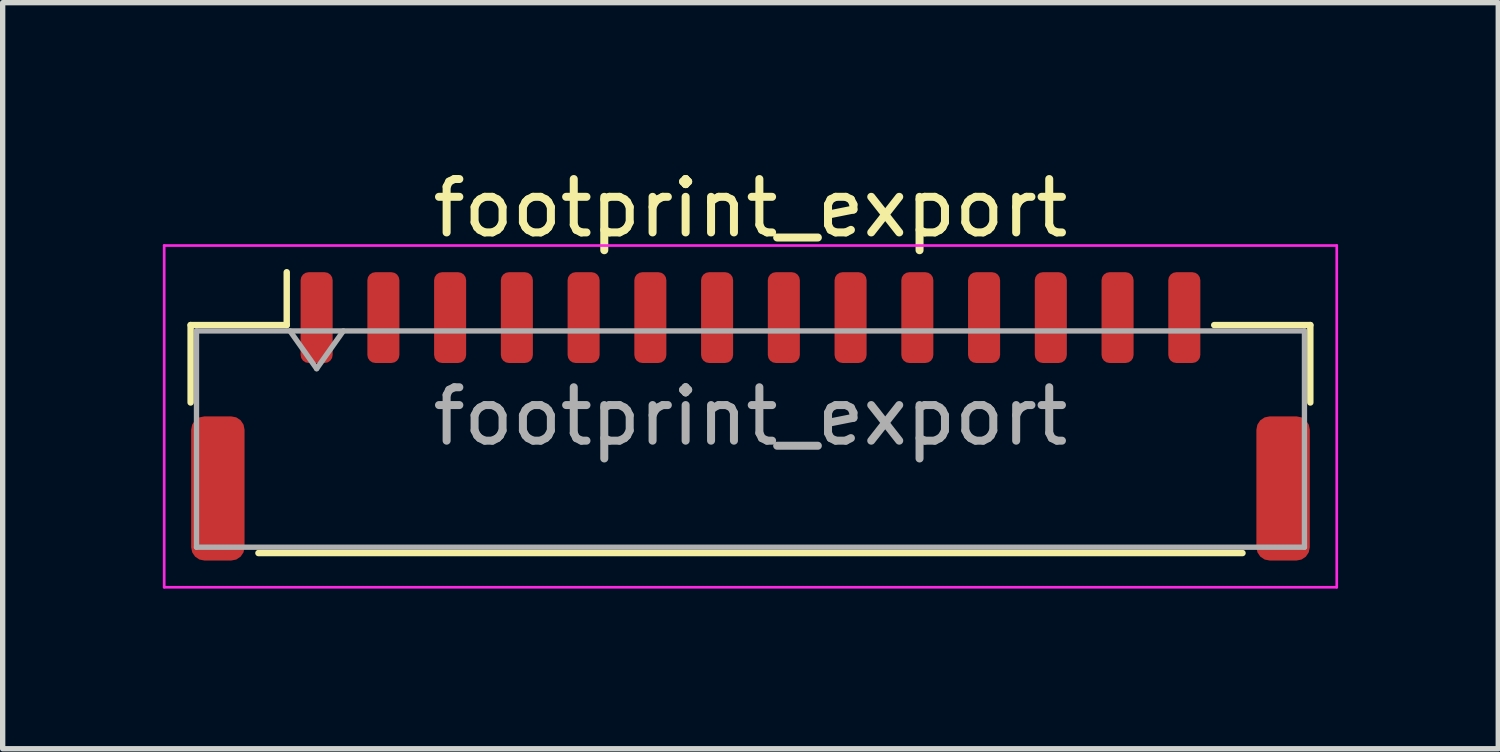
<source format=kicad_pcb>
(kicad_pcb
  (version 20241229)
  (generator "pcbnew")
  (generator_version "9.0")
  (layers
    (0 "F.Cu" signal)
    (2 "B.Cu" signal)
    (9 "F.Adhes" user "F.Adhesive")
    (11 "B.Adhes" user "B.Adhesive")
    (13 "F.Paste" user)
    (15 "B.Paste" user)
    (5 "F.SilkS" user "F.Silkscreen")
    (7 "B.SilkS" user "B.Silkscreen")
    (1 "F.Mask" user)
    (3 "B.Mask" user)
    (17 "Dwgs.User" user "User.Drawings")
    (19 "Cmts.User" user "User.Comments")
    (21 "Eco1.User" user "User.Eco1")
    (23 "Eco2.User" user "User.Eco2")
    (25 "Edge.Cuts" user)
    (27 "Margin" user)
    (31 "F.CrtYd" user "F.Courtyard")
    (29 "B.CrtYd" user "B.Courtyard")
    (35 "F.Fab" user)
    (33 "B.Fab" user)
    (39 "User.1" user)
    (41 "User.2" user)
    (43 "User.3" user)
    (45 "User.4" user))
  (footprint "footprint_export"
    (layer "F.Cu")
    (at 11.005 4.748)
    (property "Reference" "footprint_export" (at 0 -3.9 0) (layer "F.SilkS") (effects (font (size 1 1) (thickness 0.15))))
    (attr smd)
    (fp_line (start -10.485 -1.71) (end -8.685 -1.71) (stroke (width 0.12) (type solid)) (layer "F.SilkS"))
    (fp_line (start -10.485 -0.26) (end -10.485 -1.71) (stroke (width 0.12) (type solid)) (layer "F.SilkS"))
    (fp_line (start -9.215 2.56) (end 9.215 2.56) (stroke (width 0.12) (type solid)) (layer "F.SilkS"))
    (fp_line (start -8.685 -1.71) (end -8.685 -2.7) (stroke (width 0.12) (type solid)) (layer "F.SilkS"))
    (fp_line (start 10.485 -1.71) (end 8.685 -1.71) (stroke (width 0.12) (type solid)) (layer "F.SilkS"))
    (fp_line (start 10.485 -0.26) (end 10.485 -1.71) (stroke (width 0.12) (type solid)) (layer "F.SilkS"))
    (fp_line (start -10.98 -3.2) (end -10.98 3.2) (stroke (width 0.05) (type solid)) (layer "F.CrtYd"))
    (fp_line (start -10.98 3.2) (end 10.98 3.2) (stroke (width 0.05) (type solid)) (layer "F.CrtYd"))
    (fp_line (start 10.98 -3.2) (end -10.98 -3.2) (stroke (width 0.05) (type solid)) (layer "F.CrtYd"))
    (fp_line (start 10.98 3.2) (end 10.98 -3.2) (stroke (width 0.05) (type solid)) (layer "F.CrtYd"))
    (fp_line (start -10.375 -1.6) (end -10.375 2.45) (stroke (width 0.1) (type solid)) (layer "F.Fab"))
    (fp_line (start -10.375 -1.6) (end 10.375 -1.6) (stroke (width 0.1) (type solid)) (layer "F.Fab"))
    (fp_line (start -10.375 2.45) (end 10.375 2.45) (stroke (width 0.1) (type solid)) (layer "F.Fab"))
    (fp_line (start -8.625 -1.6) (end -8.125 -0.893) (stroke (width 0.1) (type solid)) (layer "F.Fab"))
    (fp_line (start -8.125 -0.893) (end -7.625 -1.6) (stroke (width 0.1) (type solid)) (layer "F.Fab"))
    (fp_line (start 10.375 -1.6) (end 10.375 2.45) (stroke (width 0.1) (type solid)) (layer "F.Fab"))
    (fp_text user "${REFERENCE}" (at 0 0 0) (layer "F.Fab") (effects (font (size 1 1) (thickness 0.15))))
    (pad "1" smd roundrect (at -8.125 -1.85) (size 0.6 1.7) (layers "F.Cu" "F.Mask" "F.Paste") (roundrect_rratio 0.25))
    (pad "2" smd roundrect (at -6.875 -1.85) (size 0.6 1.7) (layers "F.Cu" "F.Mask" "F.Paste") (roundrect_rratio 0.25))
    (pad "3" smd roundrect (at -5.625 -1.85) (size 0.6 1.7) (layers "F.Cu" "F.Mask" "F.Paste") (roundrect_rratio 0.25))
    (pad "4" smd roundrect (at -4.375 -1.85) (size 0.6 1.7) (layers "F.Cu" "F.Mask" "F.Paste") (roundrect_rratio 0.25))
    (pad "5" smd roundrect (at -3.125 -1.85) (size 0.6 1.7) (layers "F.Cu" "F.Mask" "F.Paste") (roundrect_rratio 0.25))
    (pad "6" smd roundrect (at -1.875 -1.85) (size 0.6 1.7) (layers "F.Cu" "F.Mask" "F.Paste") (roundrect_rratio 0.25))
    (pad "7" smd roundrect (at -0.625 -1.85) (size 0.6 1.7) (layers "F.Cu" "F.Mask" "F.Paste") (roundrect_rratio 0.25))
    (pad "8" smd roundrect (at 0.625 -1.85) (size 0.6 1.7) (layers "F.Cu" "F.Mask" "F.Paste") (roundrect_rratio 0.25))
    (pad "9" smd roundrect (at 1.875 -1.85) (size 0.6 1.7) (layers "F.Cu" "F.Mask" "F.Paste") (roundrect_rratio 0.25))
    (pad "10" smd roundrect (at 3.125 -1.85) (size 0.6 1.7) (layers "F.Cu" "F.Mask" "F.Paste") (roundrect_rratio 0.25))
    (pad "11" smd roundrect (at 4.375 -1.85) (size 0.6 1.7) (layers "F.Cu" "F.Mask" "F.Paste") (roundrect_rratio 0.25))
    (pad "12" smd roundrect (at 5.625 -1.85) (size 0.6 1.7) (layers "F.Cu" "F.Mask" "F.Paste") (roundrect_rratio 0.25))
    (pad "13" smd roundrect (at 6.875 -1.85) (size 0.6 1.7) (layers "F.Cu" "F.Mask" "F.Paste") (roundrect_rratio 0.25))
    (pad "14" smd roundrect (at 8.125 -1.85) (size 0.6 1.7) (layers "F.Cu" "F.Mask" "F.Paste") (roundrect_rratio 0.25))
    (pad "MP" smd roundrect (at -9.975 1.35) (size 1 2.7) (layers "F.Cu" "F.Mask" "F.Paste") (roundrect_rratio 0.25))
    (pad "MP" smd roundrect (at 9.975 1.35) (size 1 2.7) (layers "F.Cu" "F.Mask" "F.Paste") (roundrect_rratio 0.25)))
  (gr_rect
    (start -3 -3)
    (end 25.01 10.973)
    (stroke (width 0.1) (type default))
    (fill no)
    (layer "Edge.Cuts")))
</source>
